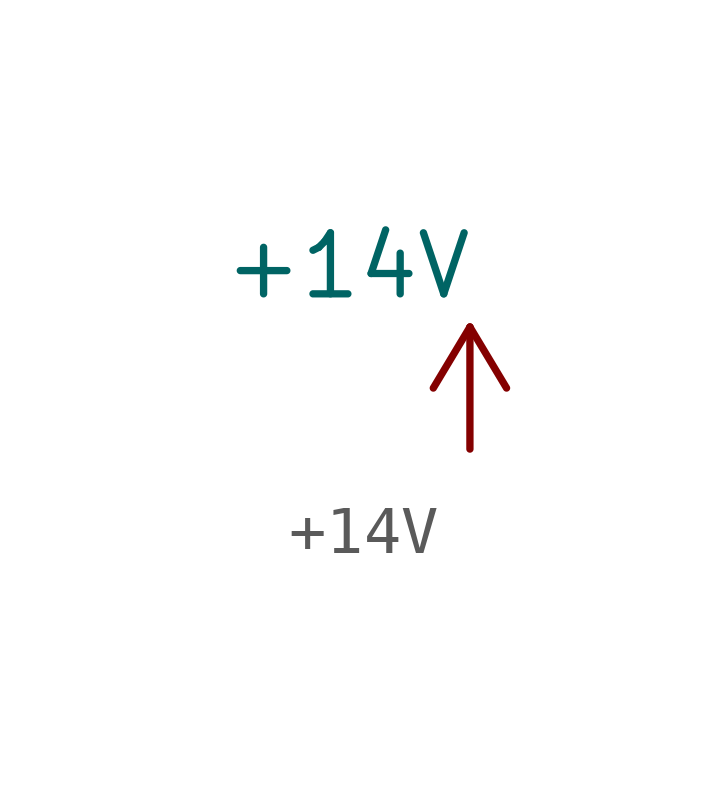
<source format=kicad_sym>
(kicad_symbol_lib
  (version 20211014)
  (generator kicad_symbol_editor)
  (symbol "+14V"
    (power)
    (pin_names
      (offset 0))
    (property "Reference" "#PWR?"
      (at 0 -3.81 0)
      (effects (font (size 1.27 1.27)) hide))
    (property "Value" "+14V"
      (at -2.54 3.81 0)
      (effects (font (size 1.27 1.27))))
    (symbol "+14V_0_1"
      (polyline (pts (xy -0.762 1.27) (xy 0 2.54)) (stroke (width 0) (type default) (color 0 0 0 0)) (fill (type none)))
      (polyline (pts (xy 0 0) (xy 0 2.54)) (stroke (width 0) (type default) (color 0 0 0 0)) (fill (type none)))
      (polyline (pts (xy 0 2.54) (xy 0.762 1.27)) (stroke (width 0) (type default) (color 0 0 0 0)) (fill (type none))))
    (symbol "+14V_1_1"
      (pin power_in line (at 0 0 90) (length 0) hide (name "+14V" (effects (font (size 1.27 1.27)))) (number "1" (effects (font (size 1.27 1.27))))))))
</source>
